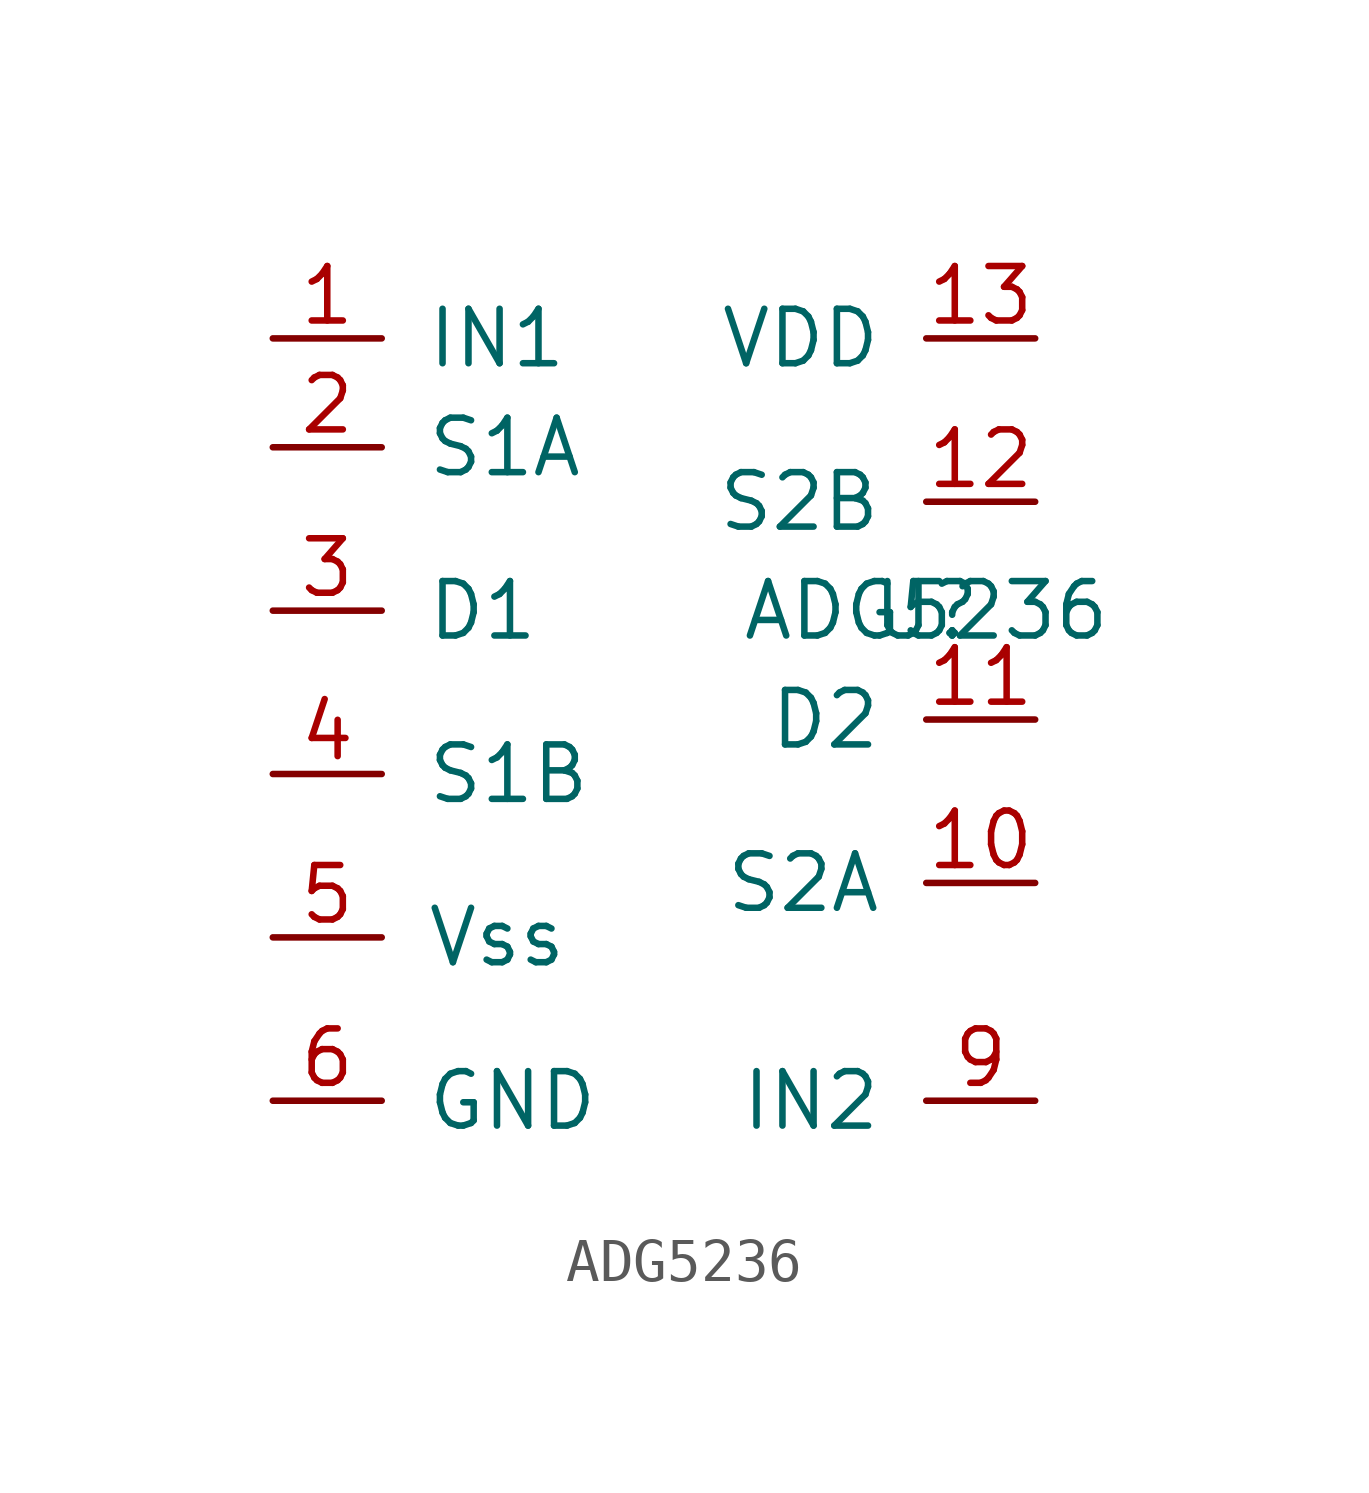
<source format=kicad_sym>
(kicad_symbol_lib
  (version 20211014)
  (generator kicad_symbol_editor)
  (symbol "ADG5236"
    (pin_names
      (offset 1.016))
    (property "Reference" "U"
      (at 0 0 0)
      (effects (font (size 1.27 1.27))))
    (property "Value" "ADG5236"
      (at 0 0 0)
      (effects (font (size 1.27 1.27))))
    (symbol "ADG5236_1_1"
      (pin input line (at -15.24 6.35 0) (length 2.54) (name "IN1" (effects (font (size 1.27 1.27)))) (number "1" (effects (font (size 1.27 1.27)))))
      (pin input line (at 2.54 -6.35 180) (length 2.54) (name "S2A" (effects (font (size 1.27 1.27)))) (number "10" (effects (font (size 1.27 1.27)))))
      (pin input line (at 2.54 -2.54 180) (length 2.54) (name "D2" (effects (font (size 1.27 1.27)))) (number "11" (effects (font (size 1.27 1.27)))))
      (pin input line (at 2.54 2.54 180) (length 2.54) (name "S2B" (effects (font (size 1.27 1.27)))) (number "12" (effects (font (size 1.27 1.27)))))
      (pin power_in line (at 2.54 6.35 180) (length 2.54) (name "VDD" (effects (font (size 1.27 1.27)))) (number "13" (effects (font (size 1.27 1.27)))))
      (pin input line (at -15.24 3.81 0) (length 2.54) (name "S1A" (effects (font (size 1.27 1.27)))) (number "2" (effects (font (size 1.27 1.27)))))
      (pin input line (at -15.24 0 0) (length 2.54) (name "D1" (effects (font (size 1.27 1.27)))) (number "3" (effects (font (size 1.27 1.27)))))
      (pin input line (at -15.24 -3.81 0) (length 2.54) (name "S1B" (effects (font (size 1.27 1.27)))) (number "4" (effects (font (size 1.27 1.27)))))
      (pin power_in line (at -15.24 -7.62 0) (length 2.54) (name "Vss" (effects (font (size 1.27 1.27)))) (number "5" (effects (font (size 1.27 1.27)))))
      (pin power_in line (at -15.24 -11.43 0) (length 2.54) (name "GND" (effects (font (size 1.27 1.27)))) (number "6" (effects (font (size 1.27 1.27)))))
      (pin input line (at 2.54 -11.43 180) (length 2.54) (name "IN2" (effects (font (size 1.27 1.27)))) (number "9" (effects (font (size 1.27 1.27))))))))
</source>
